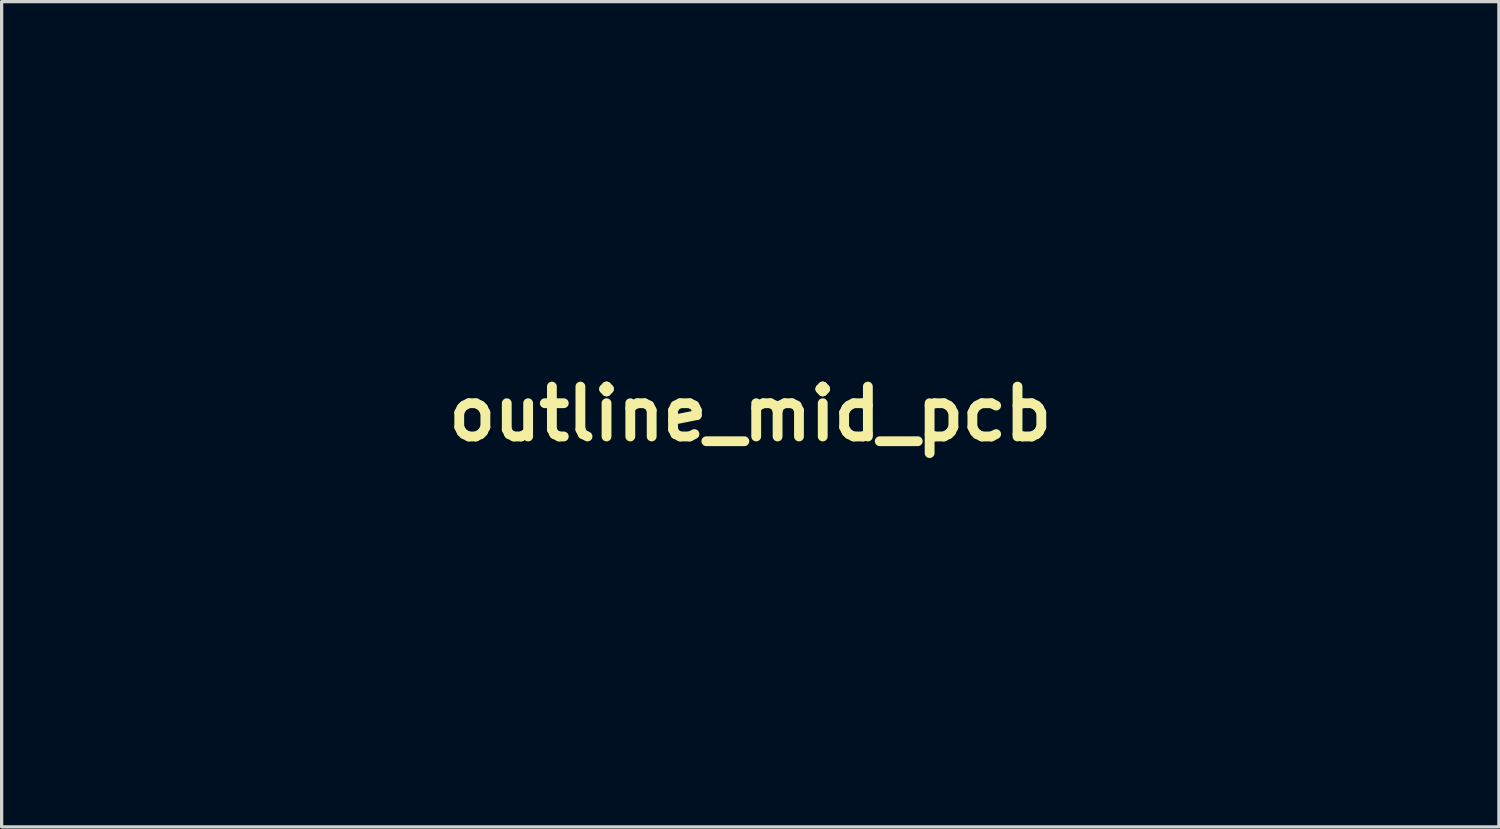
<source format=kicad_pcb>
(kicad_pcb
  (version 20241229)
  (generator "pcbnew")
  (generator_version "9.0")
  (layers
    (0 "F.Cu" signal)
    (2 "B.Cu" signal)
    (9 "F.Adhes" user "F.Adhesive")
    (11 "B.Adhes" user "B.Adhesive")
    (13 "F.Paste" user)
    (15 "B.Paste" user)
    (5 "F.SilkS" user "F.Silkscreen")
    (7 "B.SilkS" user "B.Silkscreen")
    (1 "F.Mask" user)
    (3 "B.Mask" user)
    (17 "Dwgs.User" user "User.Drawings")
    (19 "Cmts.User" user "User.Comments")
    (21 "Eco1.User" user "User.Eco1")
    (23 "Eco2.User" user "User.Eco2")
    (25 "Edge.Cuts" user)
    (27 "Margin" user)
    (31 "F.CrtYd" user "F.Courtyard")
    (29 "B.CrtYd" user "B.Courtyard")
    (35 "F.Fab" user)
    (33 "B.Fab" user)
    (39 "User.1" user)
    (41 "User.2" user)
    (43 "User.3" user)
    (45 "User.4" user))
  (footprint "outline_mid_pcb"
    (layer "F.Cu")
    (at 19.869 9.594)
    (property "Reference" "outline_mid_pcb" (at 0 0 0) (layer "F.SilkS") (effects (font (size 1.524 1.524) (thickness 0.3))))
    (attr through_hole)
    (fp_poly (pts (xy 19.122 0.498) (xy 19.487 0.501) (xy 19.853 0.504) (xy 19.858 4.055) (xy 19.864 7.606) (xy 18.862 8.609) (xy 17.86 9.611) (xy -19.864 9.611) (xy -19.864 4.554) (xy -18.301 4.554) (xy -18.295 4.62) (xy -18.281 4.703) (xy -18.269 4.766) (xy -18.241 4.89) (xy -18.208 4.992) (xy -18.164 5.091) (xy -18.11 5.191) (xy -18.059 5.277) (xy -18.015 5.349) (xy -17.981 5.399) (xy -17.968 5.414) (xy -17.939 5.438) (xy -17.886 5.482) (xy -17.818 5.538) (xy -17.784 5.566) (xy -17.656 5.661) (xy -17.522 5.733) (xy -17.434 5.769) (xy -17.344 5.802) (xy -17.271 5.823) (xy -17.201 5.836) (xy -17.118 5.842) (xy -17.008 5.844) (xy -16.981 5.845) (xy -16.867 5.844) (xy -16.782 5.841) (xy -16.712 5.831) (xy -16.644 5.813) (xy -16.562 5.785) (xy -16.518 5.768) (xy -16.348 5.692) (xy -16.217 5.608) (xy -16.2 5.594) (xy -16.132 5.538) (xy -16.069 5.49) (xy -16.032 5.463) (xy -15.998 5.429) (xy -15.95 5.366) (xy -15.895 5.283) (xy -15.849 5.208) (xy -15.789 5.101) (xy -15.748 5.016) (xy -15.72 4.935) (xy -15.697 4.843) (xy -15.682 4.764) (xy -15.664 4.659) (xy -15.655 4.581) (xy -15.654 4.513) (xy -15.661 4.439) (xy -15.676 4.343) (xy -15.681 4.316) (xy -15.703 4.205) (xy -15.727 4.117) (xy -15.76 4.033) (xy -15.809 3.939) (xy -15.842 3.879) (xy -15.907 3.77) (xy -15.967 3.686) (xy -16.032 3.614) (xy -16.115 3.539) (xy -16.137 3.521) (xy -16.231 3.446) (xy -16.315 3.39) (xy -16.407 3.344) (xy -16.523 3.297) (xy -16.538 3.292) (xy -16.642 3.254) (xy -16.719 3.23) (xy -16.785 3.217) (xy -16.856 3.213) (xy -16.947 3.214) (xy -17.003 3.216) (xy -17.22 3.237) (xy -17.411 3.285) (xy -17.587 3.366) (xy -17.761 3.483) (xy -17.814 3.525) (xy -17.91 3.608) (xy -17.982 3.683) (xy -18.043 3.762) (xy -18.106 3.863) (xy -18.114 3.877) (xy -18.171 3.98) (xy -18.21 4.066) (xy -18.238 4.154) (xy -18.262 4.261) (xy -18.271 4.308) (xy -18.289 4.413) (xy -18.299 4.49) (xy -18.301 4.554) (xy -19.864 4.554) (xy -19.864 1.816) (xy -11.183 1.816) (xy -11.183 4.527) (xy -11.183 4.986) (xy -11.182 5.404) (xy -11.181 5.779) (xy -11.18 6.113) (xy -11.179 6.404) (xy -11.177 6.652) (xy -11.174 6.858) (xy -11.172 7.02) (xy -11.169 7.138) (xy -11.165 7.213) (xy -11.162 7.244) (xy -11.161 7.245) (xy -11.137 7.246) (xy -11.071 7.246) (xy -10.964 7.247) (xy -10.818 7.247) (xy -10.636 7.248) (xy -10.418 7.248) (xy -10.167 7.248) (xy -9.884 7.248) (xy -9.572 7.249) (xy -9.232 7.249) (xy -8.866 7.249) (xy -8.476 7.249) (xy -8.063 7.249) (xy -7.63 7.249) (xy -7.179 7.248) (xy -6.71 7.248) (xy -6.226 7.248) (xy -5.73 7.247) (xy -5.265 7.247) (xy 0.609 7.242) (xy 0.612 5.997) (xy 13.787 5.997) (xy 13.797 6.094) (xy 13.848 6.209) (xy 13.927 6.296) (xy 14.025 6.35) (xy 14.135 6.37) (xy 14.25 6.351) (xy 14.349 6.301) (xy 14.432 6.219) (xy 14.481 6.12) (xy 14.497 6.013) (xy 14.49 5.973) (xy 14.751 5.973) (xy 14.756 6.083) (xy 14.796 6.188) (xy 14.869 6.28) (xy 14.97 6.35) (xy 15.045 6.368) (xy 15.138 6.368) (xy 15.23 6.35) (xy 15.298 6.318) (xy 15.386 6.229) (xy 15.439 6.126) (xy 15.458 6.017) (xy 15.458 6.016) (xy 15.714 6.016) (xy 15.721 6.073) (xy 15.768 6.195) (xy 15.841 6.287) (xy 15.935 6.347) (xy 16.042 6.372) (xy 16.157 6.358) (xy 16.271 6.304) (xy 16.275 6.301) (xy 16.362 6.216) (xy 16.412 6.108) (xy 16.421 6.013) (xy 16.679 6.013) (xy 16.695 6.12) (xy 16.746 6.22) (xy 16.832 6.305) (xy 16.857 6.322) (xy 16.931 6.36) (xy 17 6.373) (xy 17.059 6.371) (xy 17.138 6.356) (xy 17.207 6.329) (xy 17.225 6.318) (xy 17.314 6.228) (xy 17.368 6.121) (xy 17.386 6.009) (xy 17.64 6.009) (xy 17.65 6.094) (xy 17.701 6.21) (xy 17.78 6.296) (xy 17.878 6.35) (xy 17.988 6.37) (xy 18.103 6.351) (xy 18.203 6.3) (xy 18.288 6.216) (xy 18.339 6.108) (xy 18.352 5.985) (xy 18.348 5.949) (xy 18.331 5.879) (xy 18.294 5.819) (xy 18.238 5.762) (xy 18.141 5.689) (xy 18.047 5.656) (xy 17.943 5.66) (xy 17.901 5.67) (xy 17.798 5.72) (xy 17.716 5.799) (xy 17.661 5.899) (xy 17.64 6.009) (xy 17.386 6.009) (xy 17.386 6.007) (xy 17.368 5.894) (xy 17.312 5.79) (xy 17.269 5.743) (xy 17.174 5.683) (xy 17.062 5.656) (xy 16.95 5.666) (xy 16.937 5.67) (xy 16.826 5.727) (xy 16.745 5.808) (xy 16.696 5.906) (xy 16.679 6.013) (xy 16.421 6.013) (xy 16.423 5.988) (xy 16.42 5.961) (xy 16.386 5.861) (xy 16.319 5.769) (xy 16.232 5.697) (xy 16.164 5.666) (xy 16.054 5.654) (xy 15.948 5.679) (xy 15.854 5.734) (xy 15.779 5.813) (xy 15.73 5.909) (xy 15.714 6.016) (xy 15.458 6.016) (xy 15.444 5.909) (xy 15.398 5.811) (xy 15.322 5.73) (xy 15.215 5.674) (xy 15.208 5.672) (xy 15.092 5.655) (xy 14.983 5.68) (xy 14.878 5.748) (xy 14.853 5.771) (xy 14.783 5.867) (xy 14.751 5.973) (xy 14.49 5.973) (xy 14.479 5.905) (xy 14.43 5.806) (xy 14.351 5.725) (xy 14.264 5.677) (xy 14.194 5.654) (xy 14.134 5.652) (xy 14.065 5.666) (xy 13.957 5.714) (xy 13.871 5.791) (xy 13.812 5.888) (xy 13.787 5.997) (xy 0.612 5.997) (xy 0.615 4.55) (xy 6.731 4.55) (xy 6.737 4.623) (xy 6.752 4.717) (xy 6.759 4.757) (xy 6.781 4.87) (xy 6.805 4.958) (xy 6.836 5.037) (xy 6.882 5.125) (xy 6.921 5.194) (xy 7.063 5.395) (xy 7.23 5.561) (xy 7.422 5.691) (xy 7.589 5.767) (xy 7.677 5.8) (xy 7.748 5.821) (xy 7.816 5.834) (xy 7.895 5.84) (xy 7.999 5.842) (xy 8.05 5.843) (xy 8.165 5.842) (xy 8.249 5.839) (xy 8.317 5.83) (xy 8.382 5.814) (xy 8.456 5.787) (xy 8.52 5.762) (xy 8.741 5.653) (xy 8.929 5.516) (xy 9.086 5.347) (xy 9.19 5.193) (xy 9.247 5.088) (xy 9.287 5) (xy 9.316 4.91) (xy 9.34 4.8) (xy 9.347 4.761) (xy 9.362 4.677) (xy 12.467 4.677) (xy 12.488 4.8) (xy 12.547 4.905) (xy 12.643 4.986) (xy 12.687 5.01) (xy 12.748 5.022) (xy 12.83 5.02) (xy 12.917 5.006) (xy 12.99 4.983) (xy 13.015 4.968) (xy 13.099 4.892) (xy 13.146 4.809) (xy 13.164 4.706) (xy 13.164 4.674) (xy 13.145 4.546) (xy 13.091 4.443) (xy 13.008 4.369) (xy 12.899 4.328) (xy 12.788 4.323) (xy 12.664 4.352) (xy 12.568 4.415) (xy 12.502 4.508) (xy 12.47 4.627) (xy 12.467 4.677) (xy 9.362 4.677) (xy 9.366 4.654) (xy 9.377 4.575) (xy 9.379 4.511) (xy 9.373 4.445) (xy 9.359 4.363) (xy 9.355 4.34) (xy 9.326 4.199) (xy 9.299 4.09) (xy 9.276 4.018) (xy 9.258 3.986) (xy 9.241 3.963) (xy 9.208 3.911) (xy 9.165 3.841) (xy 9.153 3.82) (xy 9.025 3.646) (xy 8.862 3.495) (xy 8.668 3.371) (xy 8.491 3.293) (xy 8.382 3.255) (xy 8.298 3.23) (xy 8.221 3.217) (xy 8.135 3.212) (xy 8.055 3.211) (xy 7.949 3.213) (xy 7.865 3.22) (xy 7.785 3.237) (xy 7.692 3.266) (xy 7.623 3.29) (xy 7.456 3.359) (xy 7.329 3.432) (xy 7.295 3.457) (xy 7.221 3.517) (xy 7.148 3.577) (xy 7.108 3.609) (xy 7.064 3.655) (xy 7.008 3.729) (xy 6.949 3.818) (xy 6.915 3.875) (xy 6.857 3.982) (xy 6.817 4.071) (xy 6.789 4.162) (xy 6.765 4.271) (xy 6.759 4.302) (xy 6.742 4.406) (xy 6.732 4.483) (xy 6.731 4.55) (xy 0.615 4.55) (xy 0.615 4.529) (xy 0.62 1.816) (xy -11.183 1.816) (xy -19.864 1.816) (xy -19.864 -0.973) (xy -16.675 -0.973) (xy -16.287 -0.979) (xy -15.899 -0.985) (xy -15.897 -1.916) (xy -15.895 -2.846) (xy -16.285 -2.852) (xy -16.609 -2.857) (xy -11.161 -2.857) (xy -11.161 -0.974) (xy -10.386 -0.974) (xy -10.386 -2.857) (xy -11.161 -2.857) (xy -16.609 -2.857) (xy -16.675 -2.858) (xy -16.675 -0.973) (xy -19.864 -0.973) (xy -19.864 -4.848) (xy -19.067 -4.848) (xy -19.067 -3.922) (xy -19.066 -3.724) (xy -19.066 -3.54) (xy -19.065 -3.375) (xy -19.064 -3.233) (xy -19.062 -3.119) (xy -19.06 -3.038) (xy -19.058 -2.994) (xy -19.057 -2.988) (xy -19.033 -2.985) (xy -18.972 -2.983) (xy -18.882 -2.982) (xy -18.77 -2.982) (xy -18.675 -2.982) (xy -18.303 -2.986) (xy -18.303 -4.056) (xy -12.955 -4.056) (xy -12.955 -3.88) (xy -12.954 -3.704) (xy -12.954 -3.536) (xy -12.953 -3.38) (xy -12.951 -3.243) (xy -12.949 -3.13) (xy -12.947 -3.046) (xy -12.945 -2.998) (xy -12.943 -2.988) (xy -12.916 -2.979) (xy -12.863 -2.977) (xy -12.849 -2.978) (xy -12.796 -2.981) (xy -12.709 -2.983) (xy -12.602 -2.986) (xy -12.484 -2.987) (xy -12.473 -2.987) (xy -12.18 -2.99) (xy -12.18 -3.559) (xy -7.459 -3.559) (xy -7.459 -3.392) (xy -7.458 -3.248) (xy -7.457 -3.131) (xy -7.455 -3.047) (xy -7.453 -3.001) (xy -7.452 -2.993) (xy -7.425 -2.974) (xy -7.364 -2.975) (xy -7.358 -2.976) (xy -7.304 -2.98) (xy -7.218 -2.984) (xy -7.11 -2.987) (xy -6.991 -2.989) (xy -6.97 -2.989) (xy -6.666 -2.99) (xy -6.666 -4.847) (xy -6.76 -4.861) (xy -6.818 -4.866) (xy -6.909 -4.869) (xy -7.02 -4.87) (xy -7.14 -4.868) (xy -7.153 -4.868) (xy -7.452 -4.861) (xy -7.457 -3.942) (xy -7.458 -3.744) (xy -7.459 -3.559) (xy -12.18 -3.559) (xy -12.18 -4.845) (xy -12.236 -4.859) (xy -12.282 -4.865) (xy -12.358 -4.869) (xy -12.454 -4.871) (xy -12.562 -4.871) (xy -12.671 -4.869) (xy -12.774 -4.866) (xy -12.86 -4.861) (xy -12.92 -4.855) (xy -12.944 -4.848) (xy -12.947 -4.823) (xy -12.949 -4.758) (xy -12.951 -4.661) (xy -12.953 -4.536) (xy -12.954 -4.39) (xy -12.955 -4.228) (xy -12.955 -4.056) (xy -18.303 -4.056) (xy -18.303 -4.861) (xy -18.611 -4.868) (xy -18.731 -4.87) (xy -18.84 -4.869) (xy -18.929 -4.867) (xy -18.986 -4.863) (xy -18.993 -4.861) (xy -19.067 -4.848) (xy -19.864 -4.848) (xy -19.864 -7.928) (xy 11.072 -7.928) (xy 11.072 2.502) (xy 12.268 2.502) (xy 12.268 0.509) (xy 12.318 0.508) (xy 12.357 0.508) (xy 12.432 0.507) (xy 12.531 0.505) (xy 12.647 0.504) (xy 12.689 0.503) (xy 13.01 0.498) (xy 13.021 -9.589) (xy 19.111 -9.589) (xy 19.122 0.498)) (stroke (width 0.01) (type solid)) (fill no) (layer "Eco1.User")))
  (gr_rect
    (start -3 -3)
    (end 42.738 22.209)
    (stroke (width 0.1) (type default))
    (fill no)
    (layer "Edge.Cuts")))
</source>
